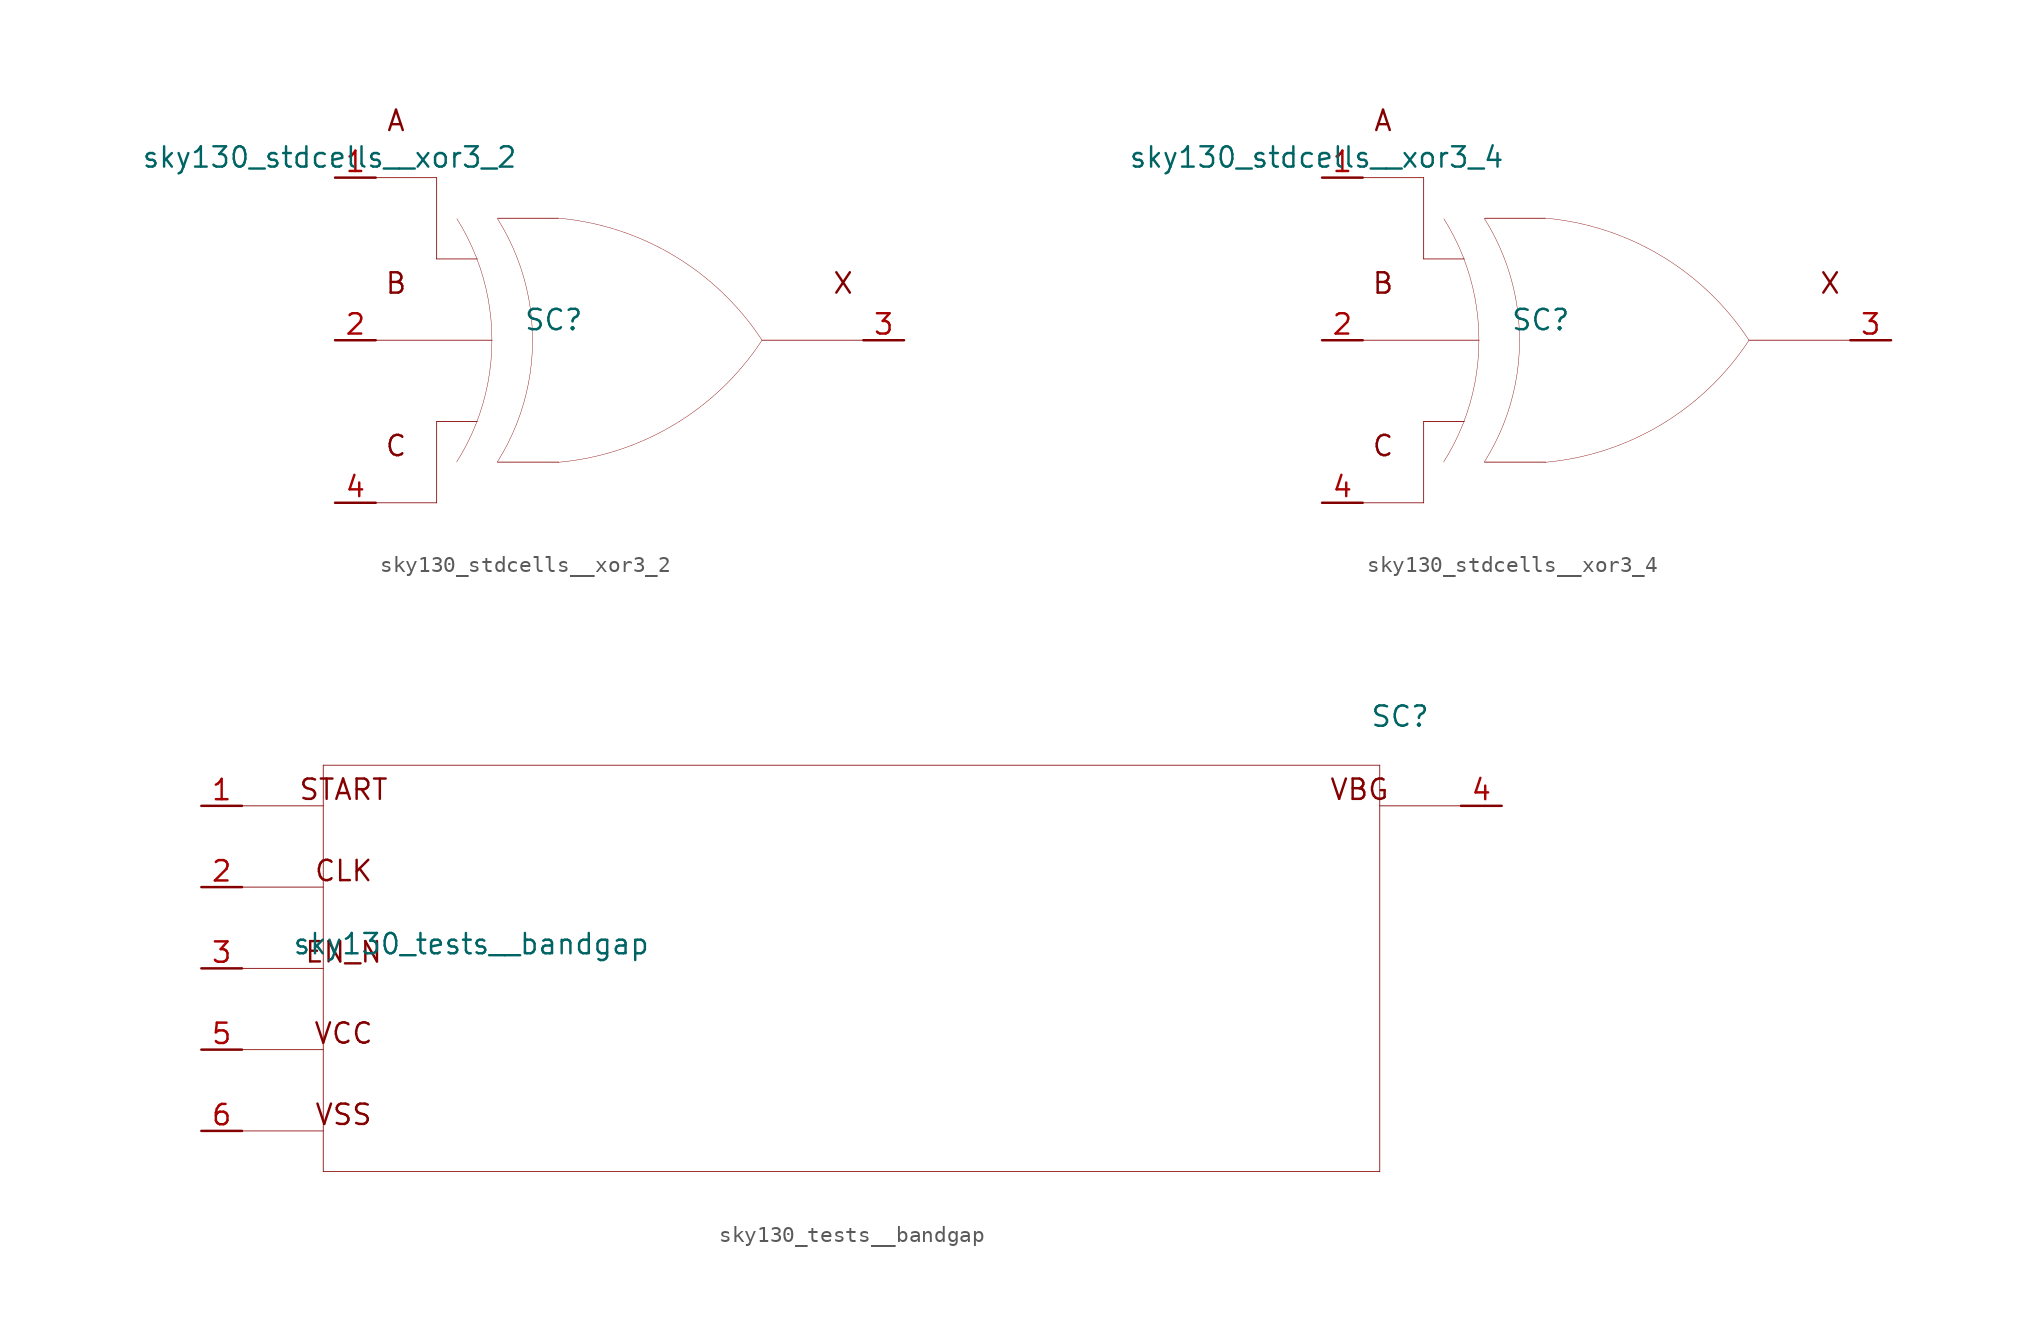
<source format=kicad_sym>
(kicad_symbol_lib
  (version 20211014)
  (generator kicad_symbol_editor)
  (symbol "sky130_stdcells__xor3_2"
    (pin_names hide)
    (property "Reference" "SC"
      (at -4.115 1.27 0)
      (effects (font (size 1.27 1.27))))
    (property "Value" "sky130_stdcells__xor3_2"
      (at -6.35 11.43 0)
      (effects (font (size 1.27 1.27)) (justify right)))
    (symbol "sky130_stdcells__xor3_2_0_0"
      (arc (start -10.1805 -7.6142) (mid -9.523 -6.458) (end -8.9762 -5.2456) (stroke (width 0.0254) (type default) (color 0 0 0 0)) (fill (type none)))
      (arc (start -8.9762 -5.2456) (mid -8.5413 -3.9755) (end -8.228 -2.6701) (stroke (width 0.0254) (type default) (color 0 0 0 0)) (fill (type none)))
      (arc (start -8.958 5.1993) (mid -9.5062 6.4248) (end -10.1673 7.5932) (stroke (width 0.0254) (type default) (color 0 0 0 0)) (fill (type none)))
      (arc (start -8.228 -2.6701) (mid -8.0388 -1.341) (end -7.9756 0) (stroke (width 0.0254) (type default) (color 0 0 0 0)) (fill (type none)))
      (arc (start -8.2234 2.6456) (mid -8.5311 3.9396) (end -8.958 5.1993) (stroke (width 0.0254) (type default) (color 0 0 0 0)) (fill (type none)))
      (arc (start -7.9756 0) (mid -8.0377 1.3286) (end -8.2234 2.6456) (stroke (width 0.0254) (type default) (color 0 0 0 0)) (fill (type none)))
      (arc (start -7.6405 -7.6142) (mid -6.983 -6.458) (end -6.4362 -5.2456) (stroke (width 0.0254) (type default) (color 0 0 0 0)) (fill (type none)))
      (arc (start -6.4362 -5.2456) (mid -6.0013 -3.9755) (end -5.688 -2.6701) (stroke (width 0.0254) (type default) (color 0 0 0 0)) (fill (type none)))
      (arc (start -6.418 5.1993) (mid -6.9662 6.4248) (end -7.6273 7.5932) (stroke (width 0.0254) (type default) (color 0 0 0 0)) (fill (type none)))
      (arc (start -5.688 -2.6701) (mid -5.4988 -1.341) (end -5.4356 0) (stroke (width 0.0254) (type default) (color 0 0 0 0)) (fill (type none)))
      (arc (start -5.6834 2.6456) (mid -5.9911 3.9396) (end -6.418 5.1993) (stroke (width 0.0254) (type default) (color 0 0 0 0)) (fill (type none)))
      (arc (start -5.4356 0) (mid -5.4977 1.3286) (end -5.6834 2.6456) (stroke (width 0.0254) (type default) (color 0 0 0 0)) (fill (type none)))
      (arc (start -3.8212 -7.6288) (mid 3.3927 -5.2884) (end 8.8734 -0.0463) (stroke (width 0.0254) (type default) (color 0 0 0 0)) (fill (type none)))
      (polyline (pts (xy -15.24 -10.16) (xy -11.43 -10.16)) (stroke (width 0.051) (type default) (color 0 0 0 0)) (fill (type none)))
      (polyline (pts (xy -15.24 0) (xy -7.976 0)) (stroke (width 0.051) (type default) (color 0 0 0 0)) (fill (type none)))
      (polyline (pts (xy -15.24 10.16) (xy -11.43 10.16)) (stroke (width 0.051) (type default) (color 0 0 0 0)) (fill (type none)))
      (polyline (pts (xy -11.43 -5.08) (xy -11.43 -10.16)) (stroke (width 0.051) (type default) (color 0 0 0 0)) (fill (type none)))
      (polyline (pts (xy -11.43 -5.08) (xy -8.89 -5.08)) (stroke (width 0.051) (type default) (color 0 0 0 0)) (fill (type none)))
      (polyline (pts (xy -11.43 5.08) (xy -8.89 5.08)) (stroke (width 0.051) (type default) (color 0 0 0 0)) (fill (type none)))
      (polyline (pts (xy -11.43 10.16) (xy -11.43 5.08)) (stroke (width 0.051) (type default) (color 0 0 0 0)) (fill (type none)))
      (polyline (pts (xy -7.62 -7.62) (xy -3.81 -7.62)) (stroke (width 0.051) (type default) (color 0 0 0 0)) (fill (type none)))
      (polyline (pts (xy -7.62 7.62) (xy -3.81 7.62)) (stroke (width 0.051) (type default) (color 0 0 0 0)) (fill (type none)))
      (polyline (pts (xy 8.89 0) (xy 15.24 0)) (stroke (width 0.051) (type default) (color 0 0 0 0)) (fill (type none)))
      (arc (start 8.9061 -0.0034) (mid 3.4437 5.2578) (end -3.762 7.6234) (stroke (width 0.0254) (type default) (color 0 0 0 0)) (fill (type none)))
      (text "A" (at -13.97 13.716 0) (effects (font (size 1.27 1.27))))
      (text "B" (at -13.97 3.556 0) (effects (font (size 1.27 1.27))))
      (text "C" (at -13.97 -6.604 0) (effects (font (size 1.27 1.27))))
      (text "X" (at 13.97 3.556 0) (effects (font (size 1.27 1.27)))))
    (symbol "sky130_stdcells__xor3_2_1_1"
      (pin input line (at -17.78 10.16 0) (length 2.54) (name "A" (effects (font (size 1.092 1.092)))) (number "1" (effects (font (size 1.27 1.27)))))
      (pin input line (at -17.78 0 0) (length 2.54) (name "B" (effects (font (size 1.092 1.092)))) (number "2" (effects (font (size 1.27 1.27)))))
      (pin output line (at 17.78 0 180) (length 2.54) (name "X" (effects (font (size 1.092 1.092)))) (number "3" (effects (font (size 1.27 1.27)))))
      (pin input line (at -17.78 -10.16 0) (length 2.54) (name "C" (effects (font (size 1.092 1.092)))) (number "4" (effects (font (size 1.27 1.27)))))))
  (symbol "sky130_stdcells__xor3_4"
    (pin_names hide)
    (property "Reference" "SC"
      (at -4.115 1.27 0)
      (effects (font (size 1.27 1.27))))
    (property "Value" "sky130_stdcells__xor3_4"
      (at -6.35 11.43 0)
      (effects (font (size 1.27 1.27)) (justify right)))
    (symbol "sky130_stdcells__xor3_4_0_0"
      (arc (start -10.1805 -7.6142) (mid -9.523 -6.458) (end -8.9762 -5.2456) (stroke (width 0.0254) (type default) (color 0 0 0 0)) (fill (type none)))
      (arc (start -8.9762 -5.2456) (mid -8.5413 -3.9755) (end -8.228 -2.6701) (stroke (width 0.0254) (type default) (color 0 0 0 0)) (fill (type none)))
      (arc (start -8.958 5.1993) (mid -9.5062 6.4248) (end -10.1673 7.5932) (stroke (width 0.0254) (type default) (color 0 0 0 0)) (fill (type none)))
      (arc (start -8.228 -2.6701) (mid -8.0388 -1.341) (end -7.9756 0) (stroke (width 0.0254) (type default) (color 0 0 0 0)) (fill (type none)))
      (arc (start -8.2234 2.6456) (mid -8.5311 3.9396) (end -8.958 5.1993) (stroke (width 0.0254) (type default) (color 0 0 0 0)) (fill (type none)))
      (arc (start -7.9756 0) (mid -8.0377 1.3286) (end -8.2234 2.6456) (stroke (width 0.0254) (type default) (color 0 0 0 0)) (fill (type none)))
      (arc (start -7.6405 -7.6142) (mid -6.983 -6.458) (end -6.4362 -5.2456) (stroke (width 0.0254) (type default) (color 0 0 0 0)) (fill (type none)))
      (arc (start -6.4362 -5.2456) (mid -6.0013 -3.9755) (end -5.688 -2.6701) (stroke (width 0.0254) (type default) (color 0 0 0 0)) (fill (type none)))
      (arc (start -6.418 5.1993) (mid -6.9662 6.4248) (end -7.6273 7.5932) (stroke (width 0.0254) (type default) (color 0 0 0 0)) (fill (type none)))
      (arc (start -5.688 -2.6701) (mid -5.4988 -1.341) (end -5.4356 0) (stroke (width 0.0254) (type default) (color 0 0 0 0)) (fill (type none)))
      (arc (start -5.6834 2.6456) (mid -5.9911 3.9396) (end -6.418 5.1993) (stroke (width 0.0254) (type default) (color 0 0 0 0)) (fill (type none)))
      (arc (start -5.4356 0) (mid -5.4977 1.3286) (end -5.6834 2.6456) (stroke (width 0.0254) (type default) (color 0 0 0 0)) (fill (type none)))
      (arc (start -3.8212 -7.6288) (mid 3.3927 -5.2884) (end 8.8734 -0.0463) (stroke (width 0.0254) (type default) (color 0 0 0 0)) (fill (type none)))
      (polyline (pts (xy -15.24 -10.16) (xy -11.43 -10.16)) (stroke (width 0.051) (type default) (color 0 0 0 0)) (fill (type none)))
      (polyline (pts (xy -15.24 0) (xy -7.976 0)) (stroke (width 0.051) (type default) (color 0 0 0 0)) (fill (type none)))
      (polyline (pts (xy -15.24 10.16) (xy -11.43 10.16)) (stroke (width 0.051) (type default) (color 0 0 0 0)) (fill (type none)))
      (polyline (pts (xy -11.43 -5.08) (xy -11.43 -10.16)) (stroke (width 0.051) (type default) (color 0 0 0 0)) (fill (type none)))
      (polyline (pts (xy -11.43 -5.08) (xy -8.89 -5.08)) (stroke (width 0.051) (type default) (color 0 0 0 0)) (fill (type none)))
      (polyline (pts (xy -11.43 5.08) (xy -8.89 5.08)) (stroke (width 0.051) (type default) (color 0 0 0 0)) (fill (type none)))
      (polyline (pts (xy -11.43 10.16) (xy -11.43 5.08)) (stroke (width 0.051) (type default) (color 0 0 0 0)) (fill (type none)))
      (polyline (pts (xy -7.62 -7.62) (xy -3.81 -7.62)) (stroke (width 0.051) (type default) (color 0 0 0 0)) (fill (type none)))
      (polyline (pts (xy -7.62 7.62) (xy -3.81 7.62)) (stroke (width 0.051) (type default) (color 0 0 0 0)) (fill (type none)))
      (polyline (pts (xy 8.89 0) (xy 15.24 0)) (stroke (width 0.051) (type default) (color 0 0 0 0)) (fill (type none)))
      (arc (start 8.9061 -0.0034) (mid 3.4437 5.2578) (end -3.762 7.6234) (stroke (width 0.0254) (type default) (color 0 0 0 0)) (fill (type none)))
      (text "A" (at -13.97 13.716 0) (effects (font (size 1.27 1.27))))
      (text "B" (at -13.97 3.556 0) (effects (font (size 1.27 1.27))))
      (text "C" (at -13.97 -6.604 0) (effects (font (size 1.27 1.27))))
      (text "X" (at 13.97 3.556 0) (effects (font (size 1.27 1.27)))))
    (symbol "sky130_stdcells__xor3_4_1_1"
      (pin input line (at -17.78 10.16 0) (length 2.54) (name "A" (effects (font (size 1.092 1.092)))) (number "1" (effects (font (size 1.27 1.27)))))
      (pin input line (at -17.78 0 0) (length 2.54) (name "B" (effects (font (size 1.092 1.092)))) (number "2" (effects (font (size 1.27 1.27)))))
      (pin output line (at 17.78 0 180) (length 2.54) (name "X" (effects (font (size 1.092 1.092)))) (number "3" (effects (font (size 1.27 1.27)))))
      (pin input line (at -17.78 -10.16 0) (length 2.54) (name "C" (effects (font (size 1.092 1.092)))) (number "4" (effects (font (size 1.27 1.27)))))))
  (symbol "sky130_tests__bandgap"
    (pin_names hide)
    (property "Reference" "SC"
      (at 34.29 15.748 0)
      (effects (font (size 1.27 1.27))))
    (property "Value" "sky130_tests__bandgap"
      (at -12.573 1.524 0)
      (effects (font (size 1.27 1.27)) (justify right)))
    (symbol "sky130_tests__bandgap_0_0"
      (polyline (pts (xy -38.1 -10.16) (xy -33.02 -10.16)) (stroke (width 0.051) (type default) (color 0 0 0 0)) (fill (type none)))
      (polyline (pts (xy -38.1 -5.08) (xy -33.02 -5.08)) (stroke (width 0.051) (type default) (color 0 0 0 0)) (fill (type none)))
      (polyline (pts (xy -38.1 0) (xy -33.02 0)) (stroke (width 0.051) (type default) (color 0 0 0 0)) (fill (type none)))
      (polyline (pts (xy -38.1 5.08) (xy -33.02 5.08)) (stroke (width 0.051) (type default) (color 0 0 0 0)) (fill (type none)))
      (polyline (pts (xy -38.1 10.16) (xy -33.02 10.16)) (stroke (width 0.051) (type default) (color 0 0 0 0)) (fill (type none)))
      (polyline (pts (xy -33.02 -12.7) (xy 33.02 -12.7)) (stroke (width 0.051) (type default) (color 0 0 0 0)) (fill (type none)))
      (polyline (pts (xy -33.02 12.7) (xy -33.02 -12.7)) (stroke (width 0.051) (type default) (color 0 0 0 0)) (fill (type none)))
      (polyline (pts (xy -33.02 12.7) (xy 33.02 12.7)) (stroke (width 0.051) (type default) (color 0 0 0 0)) (fill (type none)))
      (polyline (pts (xy 33.02 10.16) (xy 38.1 10.16)) (stroke (width 0.051) (type default) (color 0 0 0 0)) (fill (type none)))
      (polyline (pts (xy 33.02 12.7) (xy 33.02 -12.7)) (stroke (width 0.051) (type default) (color 0 0 0 0)) (fill (type none)))
      (text "CLK" (at -31.75 6.096 0) (effects (font (size 1.27 1.27))))
      (text "EN_N" (at -31.75 1.016 0) (effects (font (size 1.27 1.27))))
      (text "START" (at -31.75 11.176 0) (effects (font (size 1.27 1.27))))
      (text "VBG" (at 31.75 11.176 0) (effects (font (size 1.27 1.27))))
      (text "VCC" (at -31.75 -4.064 0) (effects (font (size 1.27 1.27))))
      (text "VSS" (at -31.75 -9.144 0) (effects (font (size 1.27 1.27)))))
    (symbol "sky130_tests__bandgap_1_1"
      (pin input line (at -40.64 10.16 0) (length 2.54) (name "START" (effects (font (size 1.092 1.092)))) (number "1" (effects (font (size 1.27 1.27)))))
      (pin input line (at -40.64 5.08 0) (length 2.54) (name "CLK" (effects (font (size 1.092 1.092)))) (number "2" (effects (font (size 1.27 1.27)))))
      (pin input line (at -40.64 0 0) (length 2.54) (name "EN_N" (effects (font (size 1.092 1.092)))) (number "3" (effects (font (size 1.27 1.27)))))
      (pin output line (at 40.64 10.16 180) (length 2.54) (name "VBG" (effects (font (size 1.092 1.092)))) (number "4" (effects (font (size 1.27 1.27)))))
      (pin input line (at -40.64 -5.08 0) (length 2.54) (name "VCC" (effects (font (size 1.092 1.092)))) (number "5" (effects (font (size 1.27 1.27)))))
      (pin input line (at -40.64 -10.16 0) (length 2.54) (name "VSS" (effects (font (size 1.092 1.092)))) (number "6" (effects (font (size 1.27 1.27))))))))
</source>
